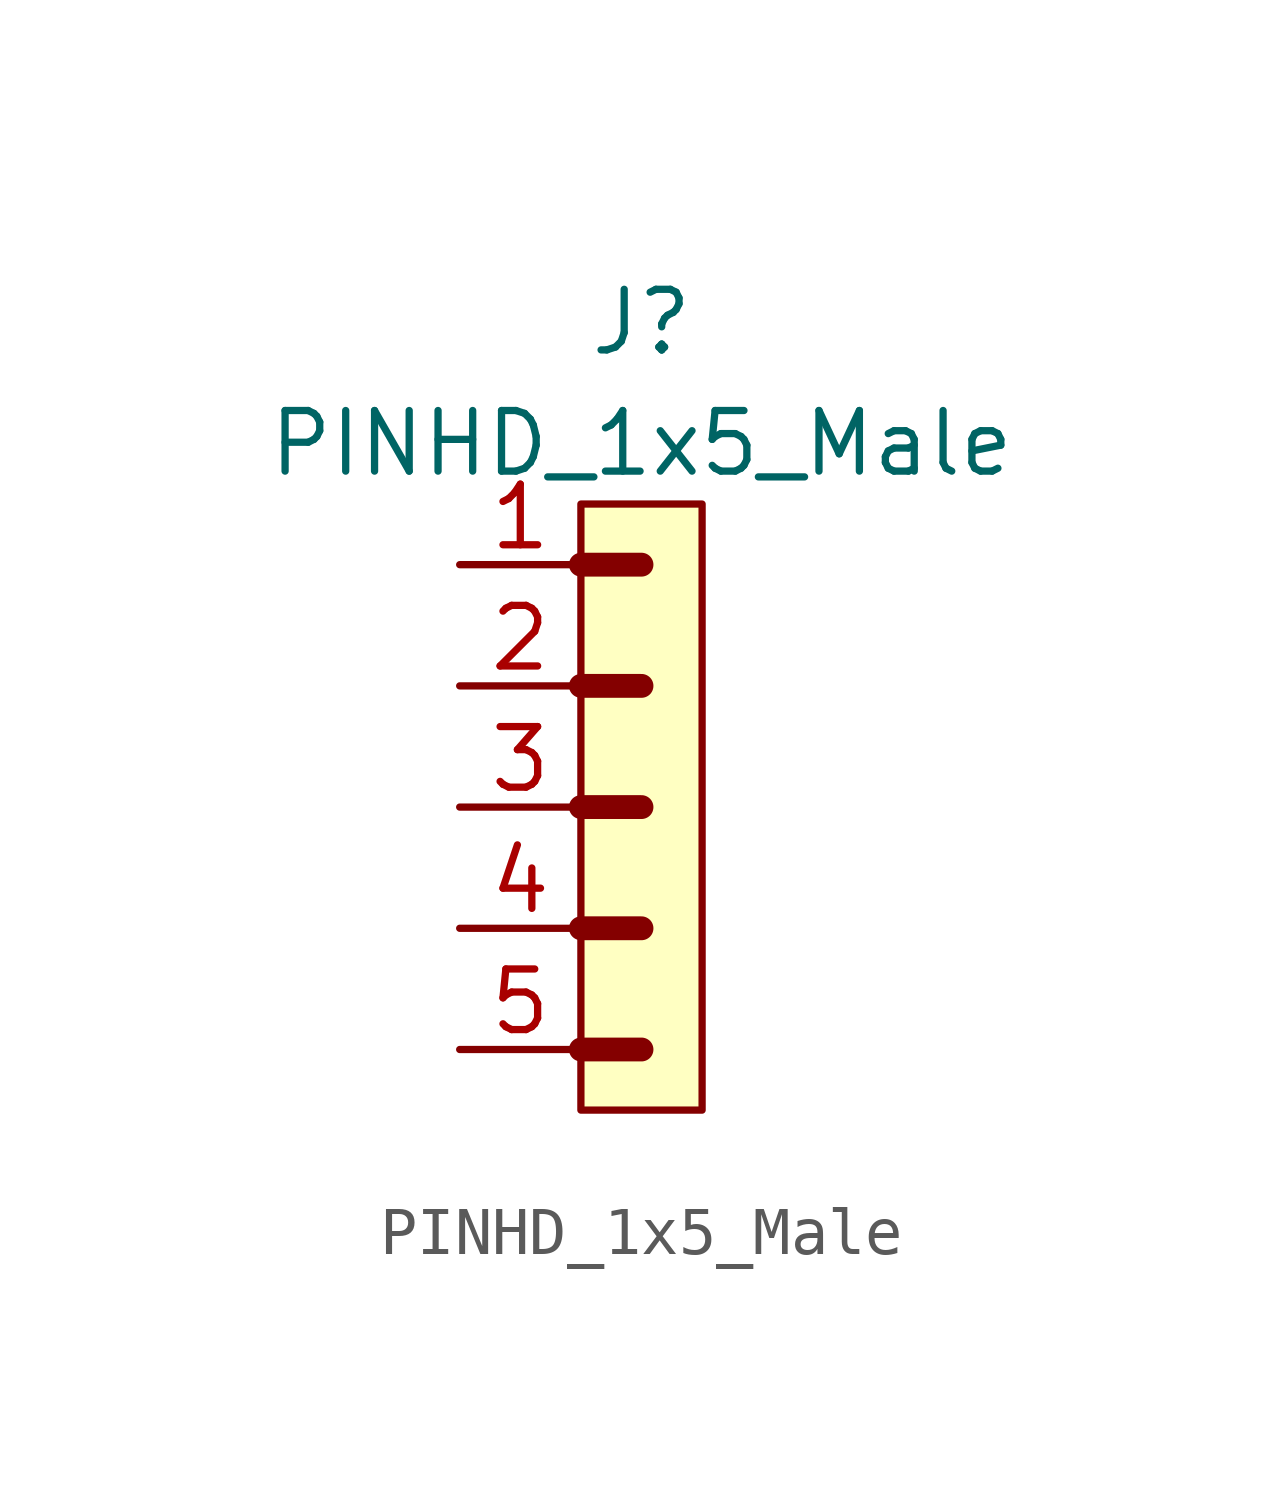
<source format=kicad_sym>
(kicad_symbol_lib
  (version 20220914)
  (generator kicad_symbol_editor)
  (symbol "PINHD_1x5_Male"
    (property "Reference" "J"
      (at 0 10.16 0)
      (effects (font (size 1.27 1.27))))
    (property "Value" "PINHD_1x5_Male"
      (at 0 7.62 0)
      (effects (font (size 1.27 1.27))))
    (symbol "PINHD_1x5_Male_0_1"
      (rectangle (start -1.27 6.35) (end 1.27 -6.35) (stroke (width 0) (type default)) (fill (type background)))
      (polyline (pts (xy -1.27 -5.08) (xy 0 -5.08)) (stroke (width 0.3) (type default)) (fill (type none)))
      (polyline (pts (xy -1.27 -5.08) (xy 0 -5.08)) (stroke (width 0.5) (type default)) (fill (type none)))
      (polyline (pts (xy -1.27 -2.54) (xy 0 -2.54)) (stroke (width 0.3) (type default)) (fill (type none)))
      (polyline (pts (xy -1.27 -2.54) (xy 0 -2.54)) (stroke (width 0.5) (type default)) (fill (type none)))
      (polyline (pts (xy -1.27 0) (xy 0 0)) (stroke (width 0.3) (type default)) (fill (type none)))
      (polyline (pts (xy -1.27 0) (xy 0 0)) (stroke (width 0.5) (type default)) (fill (type none)))
      (polyline (pts (xy -1.27 2.54) (xy 0 2.54)) (stroke (width 0.3) (type default)) (fill (type none)))
      (polyline (pts (xy -1.27 2.54) (xy 0 2.54)) (stroke (width 0.5) (type default)) (fill (type none)))
      (polyline (pts (xy -1.27 5.08) (xy 0 5.08)) (stroke (width 0.3) (type default)) (fill (type none)))
      (polyline (pts (xy -1.27 5.08) (xy 0 5.08)) (stroke (width 0.5) (type default)) (fill (type none))))
    (symbol "PINHD_1x5_Male_1_1"
      (pin passive line (at -3.81 5.08 0) (length 2.54) (name "" (effects (font (size 1.27 1.27)))) (number "1" (effects (font (size 1.27 1.27)))))
      (pin passive line (at -3.81 2.54 0) (length 2.54) (name "" (effects (font (size 1.27 1.27)))) (number "2" (effects (font (size 1.27 1.27)))))
      (pin passive line (at -3.81 0 0) (length 2.54) (name "" (effects (font (size 1.27 1.27)))) (number "3" (effects (font (size 1.27 1.27)))))
      (pin passive line (at -3.81 -2.54 0) (length 2.54) (name "" (effects (font (size 1.27 1.27)))) (number "4" (effects (font (size 1.27 1.27)))))
      (pin passive line (at -3.81 -5.08 0) (length 2.54) (name "" (effects (font (size 1.27 1.27)))) (number "5" (effects (font (size 1.27 1.27))))))))
</source>
